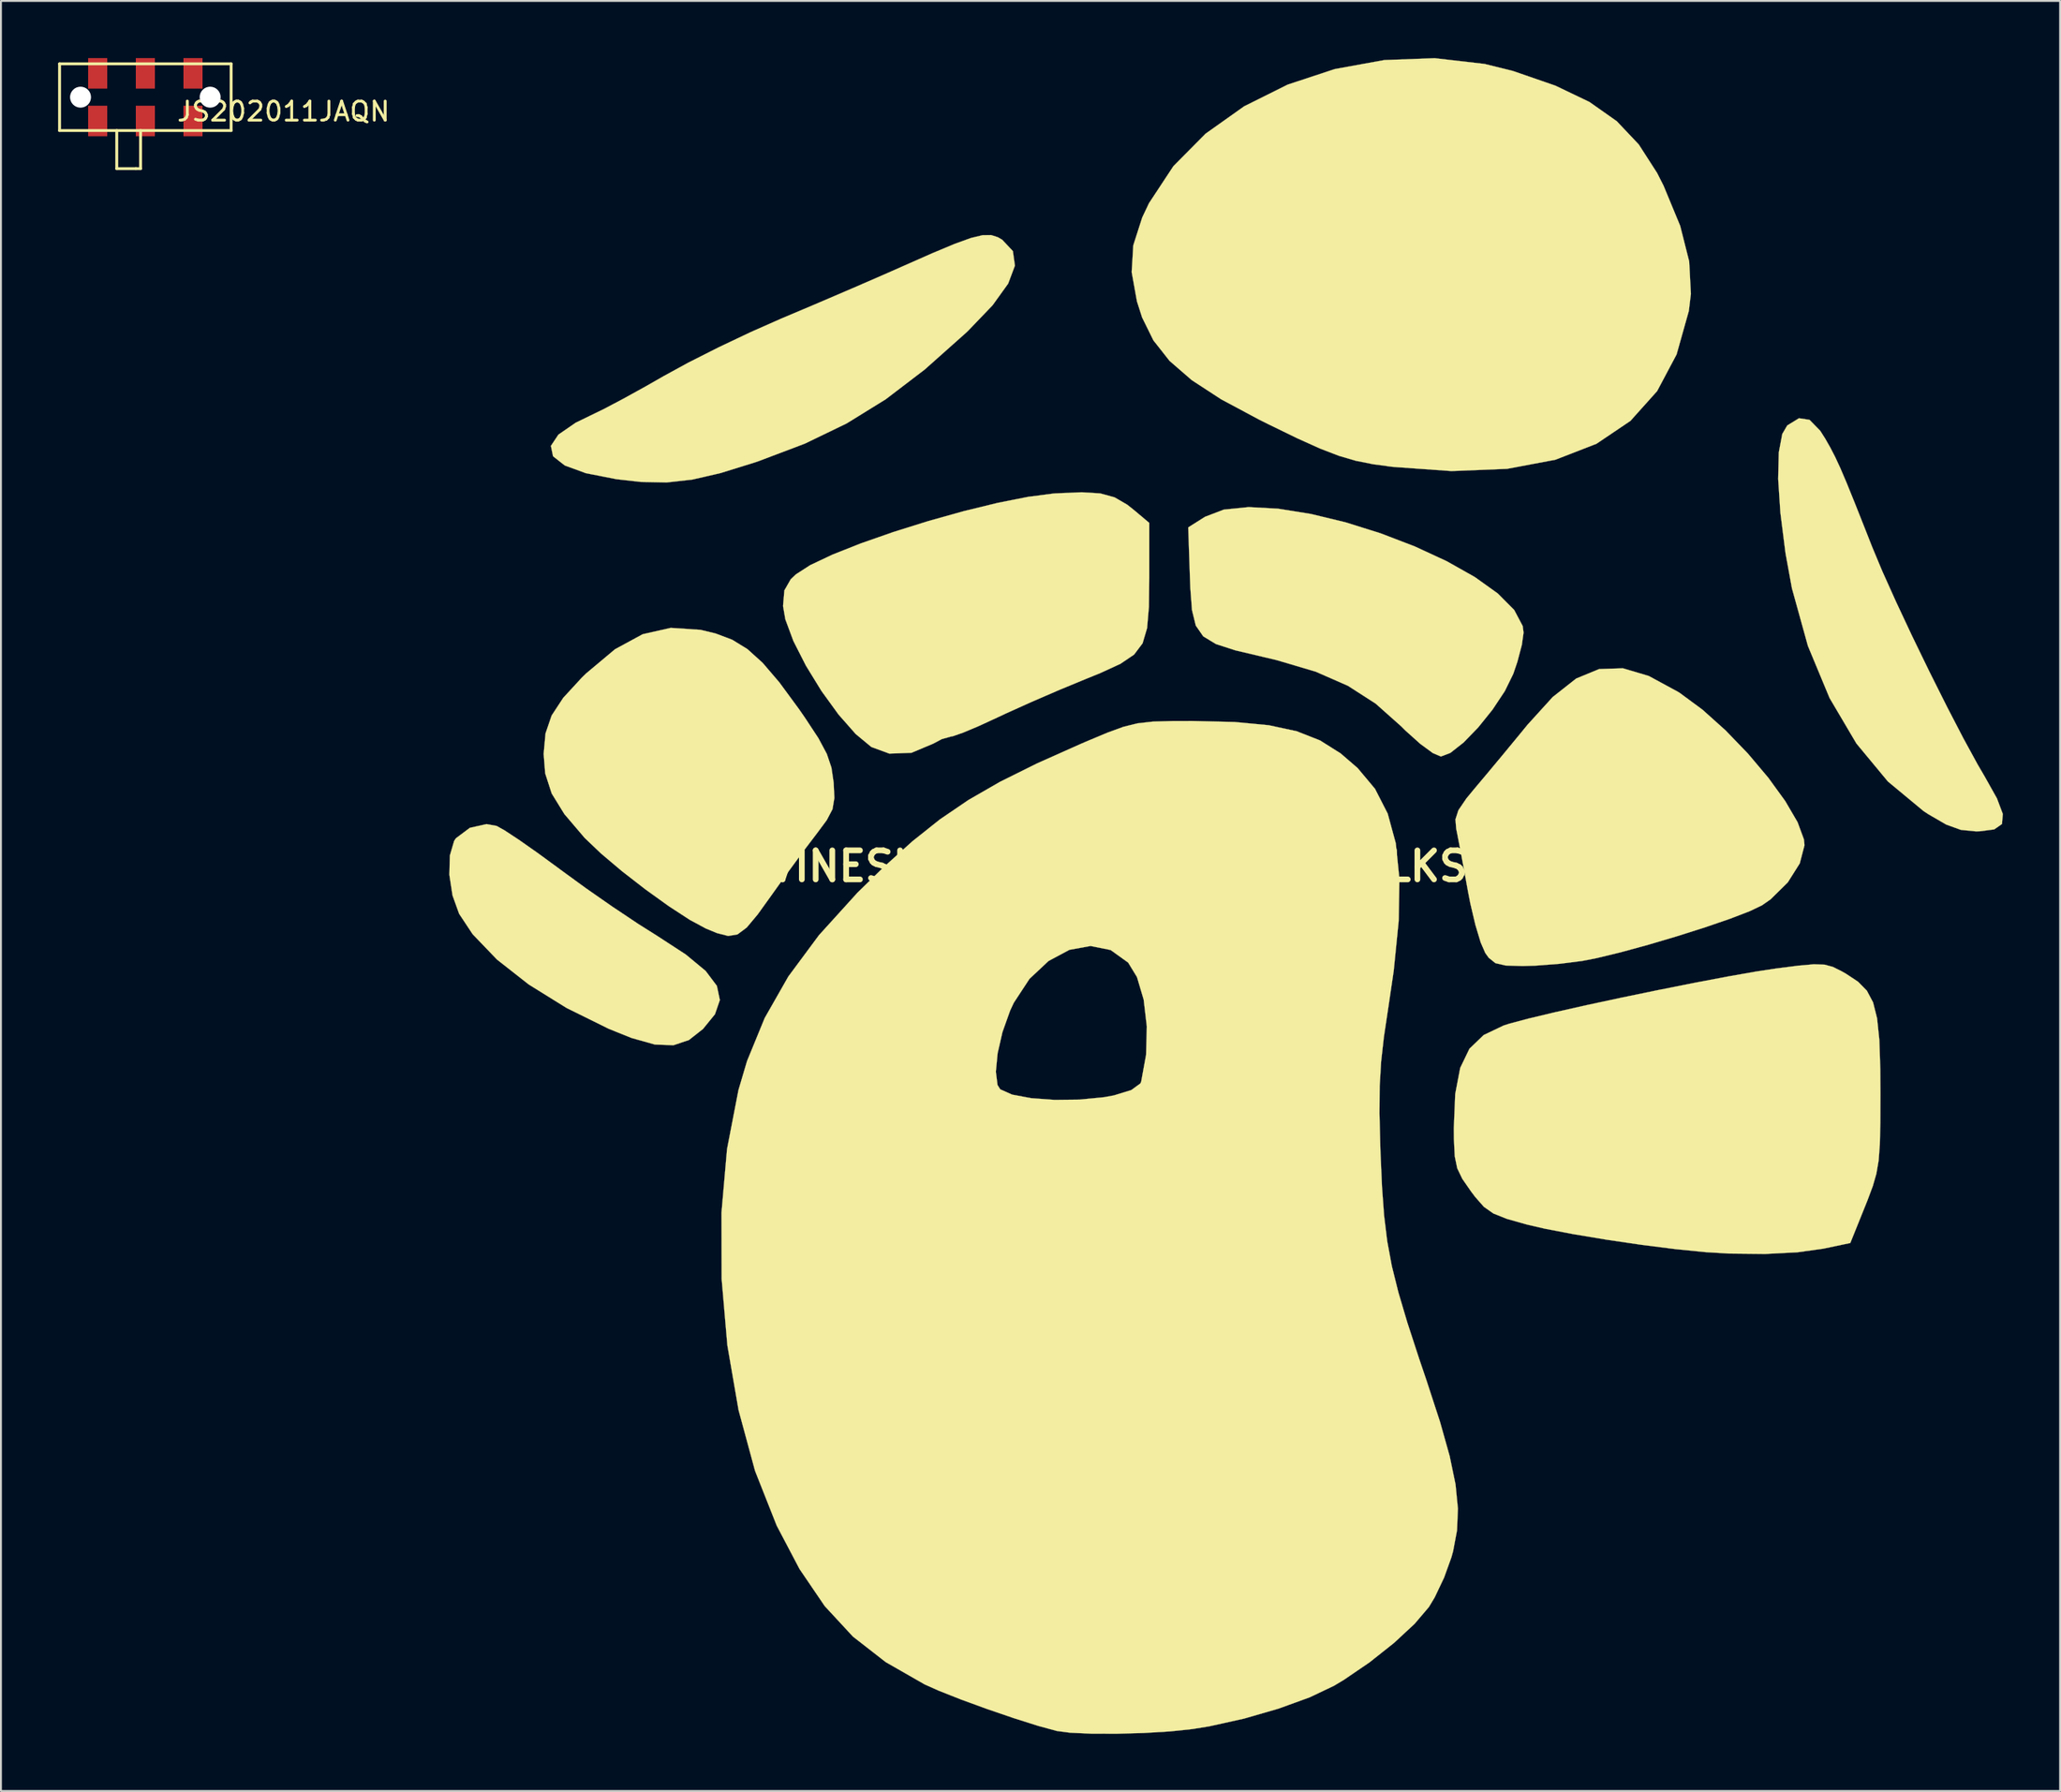
<source format=kicad_pcb>
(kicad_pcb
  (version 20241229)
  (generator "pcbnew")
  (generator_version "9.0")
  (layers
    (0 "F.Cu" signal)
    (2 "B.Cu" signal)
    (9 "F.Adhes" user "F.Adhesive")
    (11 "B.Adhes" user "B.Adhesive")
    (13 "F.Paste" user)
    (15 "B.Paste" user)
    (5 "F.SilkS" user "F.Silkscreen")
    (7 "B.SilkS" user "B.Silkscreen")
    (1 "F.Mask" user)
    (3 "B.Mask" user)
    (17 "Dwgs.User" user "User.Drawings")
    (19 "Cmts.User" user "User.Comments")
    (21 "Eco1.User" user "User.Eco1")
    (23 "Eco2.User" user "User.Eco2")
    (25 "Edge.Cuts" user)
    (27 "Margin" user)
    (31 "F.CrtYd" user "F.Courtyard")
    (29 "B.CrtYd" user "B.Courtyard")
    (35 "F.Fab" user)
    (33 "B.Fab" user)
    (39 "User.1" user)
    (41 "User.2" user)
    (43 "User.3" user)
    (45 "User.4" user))
  (footprint "VINESHROOM_CORRUPTED_SILKSCREEN"
    (layer "F.Cu")
    (at 59.338 42.412)
    (property "Reference" "VINESHROOM_CORRUPTED_SILKSCREEN" (at 0 0 0) (layer "F.SilkS") (effects (font (size 1.524 1.524) (thickness 0.3))))
    (attr through_hole)
    (fp_poly (pts (xy -36.332 -2.117) (xy -35.907 -1.878) (xy -35.165 -1.389) (xy -34.206 -0.716) (xy -33.128 0.071) (xy -32.961 0.196) (xy -31.656 1.147) (xy -30.24 2.134) (xy -28.895 3.032) (xy -27.93 3.64) (xy -26.411 4.629) (xy -25.367 5.493) (xy -24.778 6.276) (xy -24.622 7.019) (xy -24.878 7.765) (xy -25.505 8.536) (xy -26.244 9.118) (xy -27.054 9.391) (xy -28.027 9.356) (xy -29.256 9.011) (xy -30.441 8.534) (xy -32.666 7.435) (xy -34.647 6.204) (xy -36.313 4.896) (xy -37.59 3.566) (xy -38.3 2.494) (xy -38.647 1.53) (xy -38.812 0.449) (xy -38.786 -0.565) (xy -38.562 -1.331) (xy -38.468 -1.47) (xy -37.739 -2.017) (xy -36.867 -2.212) (xy -36.332 -2.117)) (stroke (width 0.01) (type solid)) (fill yes) (layer "F.SilkS"))
    (fp_poly (pts (xy 4.668 -18.765) (xy 6.388 -18.489) (xy 8.206 -18.05) (xy 10.047 -17.472) (xy 11.84 -16.784) (xy 13.51 -16.011) (xy 14.984 -15.18) (xy 16.189 -14.318) (xy 17.051 -13.452) (xy 17.498 -12.608) (xy 17.544 -12.263) (xy 17.453 -11.616) (xy 17.217 -10.724) (xy 17.004 -10.098) (xy 16.561 -9.194) (xy 15.916 -8.222) (xy 15.163 -7.286) (xy 14.395 -6.494) (xy 13.704 -5.95) (xy 13.206 -5.761) (xy 12.783 -5.941) (xy 12.124 -6.425) (xy 11.344 -7.124) (xy 11.121 -7.346) (xy 9.784 -8.536) (xy 8.33 -9.471) (xy 6.637 -10.213) (xy 4.581 -10.822) (xy 3.866 -10.991) (xy 2.417 -11.334) (xy 1.401 -11.664) (xy 0.738 -12.067) (xy 0.348 -12.631) (xy 0.149 -13.443) (xy 0.062 -14.591) (xy 0.041 -15.153) (xy -0.048 -17.784) (xy 0.827 -18.338) (xy 1.814 -18.716) (xy 3.119 -18.849) (xy 4.668 -18.765)) (stroke (width 0.01) (type solid)) (fill yes) (layer "F.SilkS"))
    (fp_poly (pts (xy 32.548 -23.428) (xy 33.104 -22.859) (xy 33.365 -22.449) (xy 33.637 -21.972) (xy 33.89 -21.482) (xy 34.163 -20.894) (xy 34.492 -20.123) (xy 34.914 -19.081) (xy 35.468 -17.684) (xy 35.832 -16.759) (xy 36.37 -15.471) (xy 37.091 -13.868) (xy 37.934 -12.071) (xy 38.842 -10.201) (xy 39.755 -8.378) (xy 40.613 -6.723) (xy 41.359 -5.356) (xy 41.726 -4.727) (xy 42.379 -3.562) (xy 42.687 -2.744) (xy 42.643 -2.219) (xy 42.236 -1.935) (xy 41.459 -1.835) (xy 41.263 -1.833) (xy 40.489 -1.91) (xy 39.72 -2.187) (xy 38.779 -2.733) (xy 38.531 -2.896) (xy 36.658 -4.45) (xy 35.006 -6.444) (xy 33.599 -8.829) (xy 32.463 -11.561) (xy 31.623 -14.592) (xy 31.287 -16.431) (xy 31.019 -18.55) (xy 30.902 -20.327) (xy 30.935 -21.72) (xy 31.117 -22.687) (xy 31.378 -23.134) (xy 31.993 -23.512) (xy 32.548 -23.428)) (stroke (width 0.01) (type solid)) (fill yes) (layer "F.SilkS"))
    (fp_poly (pts (xy 15.503 -42.105) (xy 16.983 -41.738) (xy 19.212 -40.967) (xy 21.001 -40.11) (xy 22.432 -39.102) (xy 23.587 -37.881) (xy 24.55 -36.384) (xy 24.889 -35.714) (xy 25.761 -33.608) (xy 26.233 -31.742) (xy 26.322 -30.039) (xy 26.214 -29.143) (xy 25.571 -26.859) (xy 24.55 -24.936) (xy 23.15 -23.374) (xy 21.371 -22.174) (xy 19.213 -21.335) (xy 16.676 -20.858) (xy 13.76 -20.741) (xy 10.676 -20.961) (xy 9.65 -21.099) (xy 8.748 -21.279) (xy 7.858 -21.54) (xy 6.871 -21.92) (xy 5.675 -22.459) (xy 4.159 -23.197) (xy 3.666 -23.443) (xy 1.677 -24.508) (xy 0.133 -25.515) (xy -1.03 -26.525) (xy -1.876 -27.6) (xy -2.469 -28.803) (xy -2.738 -29.641) (xy -3.015 -31.18) (xy -2.931 -32.588) (xy -2.463 -34.048) (xy -2.108 -34.797) (xy -0.825 -36.744) (xy 0.862 -38.447) (xy 2.884 -39.882) (xy 5.168 -41.021) (xy 7.643 -41.838) (xy 10.238 -42.309) (xy 12.882 -42.407) (xy 15.503 -42.105)) (stroke (width 0.01) (type solid)) (fill yes) (layer "F.SilkS"))
    (fp_poly (pts (xy -10.032 -33.01) (xy -9.81 -32.88) (xy -9.249 -32.285) (xy -9.142 -31.522) (xy -9.496 -30.578) (xy -10.315 -29.44) (xy -11.604 -28.096) (xy -11.702 -28.003) (xy -13.873 -26.07) (xy -15.918 -24.509) (xy -17.97 -23.24) (xy -20.164 -22.18) (xy -22.631 -21.246) (xy -22.781 -21.196) (xy -24.579 -20.637) (xy -26.069 -20.293) (xy -27.412 -20.144) (xy -28.768 -20.17) (xy -30.046 -20.314) (xy -31.647 -20.628) (xy -32.757 -21.034) (xy -33.373 -21.517) (xy -33.486 -22.061) (xy -33.091 -22.654) (xy -32.183 -23.279) (xy -31.428 -23.646) (xy -30.714 -23.993) (xy -29.698 -24.529) (xy -28.527 -25.176) (xy -27.571 -25.722) (xy -26.279 -26.429) (xy -24.693 -27.231) (xy -23.005 -28.032) (xy -21.41 -28.738) (xy -21.287 -28.79) (xy -19.721 -29.452) (xy -18.051 -30.167) (xy -16.466 -30.853) (xy -15.156 -31.429) (xy -15.038 -31.482) (xy -13.47 -32.175) (xy -12.298 -32.665) (xy -11.445 -32.973) (xy -10.835 -33.119) (xy -10.389 -33.125) (xy -10.032 -33.01)) (stroke (width 0.01) (type solid)) (fill yes) (layer "F.SilkS"))
    (fp_poly (pts (xy -25.641 -12.409) (xy -24.849 -12.218) (xy -23.976 -11.889) (xy -23.177 -11.398) (xy -22.377 -10.676) (xy -21.501 -9.651) (xy -20.474 -8.253) (xy -20.158 -7.797) (xy -19.452 -6.723) (xy -19.011 -5.9) (xy -18.767 -5.177) (xy -18.653 -4.399) (xy -18.652 -4.386) (xy -18.614 -3.581) (xy -18.712 -2.995) (xy -19.015 -2.419) (xy -19.553 -1.695) (xy -20.215 -0.824) (xy -21.011 0.259) (xy -21.782 1.335) (xy -21.856 1.44) (xy -22.631 2.519) (xy -23.211 3.214) (xy -23.697 3.576) (xy -24.184 3.657) (xy -24.772 3.507) (xy -25.352 3.268) (xy -26.198 2.812) (xy -27.3 2.094) (xy -28.53 1.21) (xy -29.759 0.256) (xy -30.86 -0.674) (xy -31.707 -1.482) (xy -31.728 -1.505) (xy -32.778 -2.738) (xy -33.444 -3.82) (xy -33.785 -4.875) (xy -33.866 -5.899) (xy -33.767 -6.974) (xy -33.448 -7.91) (xy -32.838 -8.84) (xy -31.868 -9.895) (xy -31.639 -10.119) (xy -30.123 -11.389) (xy -28.67 -12.178) (xy -27.201 -12.51) (xy -25.641 -12.409)) (stroke (width 0.01) (type solid)) (fill yes) (layer "F.SilkS"))
    (fp_poly (pts (xy -4.668 -19.568) (xy -3.913 -19.361) (xy -3.25 -18.976) (xy -2.901 -18.699) (xy -2.095 -18.021) (xy -2.095 -15.151) (xy -2.112 -13.617) (xy -2.207 -12.502) (xy -2.444 -11.701) (xy -2.89 -11.109) (xy -3.609 -10.623) (xy -4.666 -10.138) (xy -5.411 -9.835) (xy -6.789 -9.265) (xy -8.27 -8.625) (xy -9.61 -8.021) (xy -10.068 -7.806) (xy -11.044 -7.356) (xy -11.863 -7.012) (xy -12.396 -6.826) (xy -12.499 -6.808) (xy -12.975 -6.675) (xy -13.429 -6.435) (xy -14.568 -5.956) (xy -15.728 -5.913) (xy -16.672 -6.259) (xy -17.496 -6.942) (xy -18.394 -7.962) (xy -19.288 -9.196) (xy -20.103 -10.523) (xy -20.762 -11.818) (xy -21.186 -12.96) (xy -21.306 -13.658) (xy -21.236 -14.479) (xy -20.903 -15.061) (xy -20.631 -15.32) (xy -19.88 -15.804) (xy -18.712 -16.356) (xy -17.225 -16.945) (xy -15.519 -17.542) (xy -13.69 -18.115) (xy -11.836 -18.634) (xy -10.055 -19.069) (xy -8.446 -19.388) (xy -7.106 -19.562) (xy -7.022 -19.568) (xy -5.657 -19.627) (xy -4.668 -19.568)) (stroke (width 0.01) (type solid)) (fill yes) (layer "F.SilkS"))
    (fp_poly (pts (xy 24.112 -9.987) (xy 25.645 -9.155) (xy 25.752 -9.087) (xy 26.932 -8.216) (xy 28.143 -7.129) (xy 29.316 -5.912) (xy 30.382 -4.648) (xy 31.272 -3.421) (xy 31.919 -2.314) (xy 32.252 -1.412) (xy 32.283 -1.106) (xy 32.034 -0.151) (xy 31.405 0.846) (xy 30.505 1.733) (xy 30.054 2.048) (xy 29.408 2.357) (xy 28.37 2.756) (xy 27.056 3.207) (xy 25.583 3.675) (xy 24.067 4.124) (xy 22.624 4.518) (xy 21.372 4.821) (xy 20.619 4.968) (xy 19.426 5.119) (xy 18.151 5.216) (xy 17.485 5.235) (xy 16.6 5.208) (xy 16.068 5.084) (xy 15.718 4.804) (xy 15.536 4.552) (xy 15.294 3.997) (xy 15.018 3.08) (xy 14.752 1.954) (xy 14.633 1.344) (xy 14.417 0.159) (xy 14.216 -0.914) (xy 14.062 -1.714) (xy 14.011 -1.964) (xy 13.97 -2.46) (xy 14.126 -2.943) (xy 14.545 -3.559) (xy 14.974 -4.079) (xy 15.665 -4.901) (xy 16.536 -5.948) (xy 17.434 -7.038) (xy 17.751 -7.426) (xy 19.072 -8.881) (xy 20.302 -9.851) (xy 21.507 -10.349) (xy 22.755 -10.39) (xy 24.112 -9.987)) (stroke (width 0.01) (type solid)) (fill yes) (layer "F.SilkS"))
    (fp_poly (pts (xy 33.331 5.163) (xy 33.774 5.282) (xy 34.234 5.512) (xy 34.464 5.643) (xy 35.09 6.058) (xy 35.555 6.53) (xy 35.88 7.143) (xy 36.09 7.977) (xy 36.209 9.116) (xy 36.259 10.641) (xy 36.267 11.914) (xy 36.262 13.452) (xy 36.235 14.586) (xy 36.172 15.439) (xy 36.054 16.131) (xy 35.867 16.782) (xy 35.593 17.515) (xy 35.477 17.806) (xy 34.686 19.77) (xy 33.251 20.072) (xy 31.903 20.259) (xy 30.214 20.346) (xy 28.359 20.326) (xy 27.102 20.251) (xy 25.53 20.094) (xy 23.747 19.868) (xy 21.907 19.598) (xy 20.16 19.307) (xy 18.658 19.019) (xy 17.718 18.801) (xy 16.664 18.503) (xy 15.964 18.224) (xy 15.463 17.872) (xy 15.004 17.351) (xy 14.779 17.051) (xy 14.33 16.402) (xy 14.065 15.851) (xy 13.934 15.22) (xy 13.89 14.33) (xy 13.885 13.746) (xy 13.959 11.948) (xy 14.22 10.581) (xy 14.705 9.575) (xy 15.451 8.857) (xy 16.497 8.357) (xy 16.787 8.264) (xy 17.777 7.999) (xy 19.17 7.666) (xy 20.855 7.287) (xy 22.721 6.886) (xy 24.654 6.487) (xy 26.544 6.111) (xy 28.279 5.782) (xy 29.747 5.524) (xy 30.765 5.369) (xy 31.961 5.216) (xy 32.771 5.144) (xy 33.331 5.163)) (stroke (width 0.01) (type solid)) (fill yes) (layer "F.SilkS"))
    (fp_poly (pts (xy 2.382 -7.571) (xy 4.178 -7.401) (xy 5.643 -7.086) (xy 6.87 -6.602) (xy 7.951 -5.92) (xy 8.84 -5.152) (xy 9.751 -4.063) (xy 10.416 -2.763) (xy 10.84 -1.206) (xy 11.03 0.657) (xy 10.992 2.873) (xy 10.731 5.489) (xy 10.445 7.43) (xy 10.217 8.947) (xy 10.07 10.258) (xy 9.995 11.538) (xy 9.984 12.96) (xy 10.027 14.698) (xy 10.039 15.057) (xy 10.117 16.828) (xy 10.226 18.327) (xy 10.39 19.672) (xy 10.632 20.979) (xy 10.977 22.365) (xy 11.446 23.947) (xy 12.065 25.842) (xy 12.447 26.969) (xy 13.16 29.153) (xy 13.665 30.947) (xy 13.974 32.437) (xy 14.099 33.709) (xy 14.053 34.849) (xy 13.848 35.942) (xy 13.759 36.265) (xy 13.376 37.326) (xy 12.882 38.367) (xy 12.578 38.873) (xy 11.827 39.756) (xy 10.742 40.763) (xy 9.457 41.782) (xy 8.107 42.702) (xy 7.594 43.009) (xy 6.317 43.616) (xy 4.687 44.207) (xy 2.877 44.731) (xy 1.055 45.135) (xy 0.167 45.279) (xy -1.002 45.402) (xy -2.375 45.484) (xy -3.805 45.524) (xy -5.146 45.52) (xy -6.251 45.47) (xy -6.939 45.38) (xy -7.928 45.11) (xy -9.205 44.705) (xy -10.61 44.224) (xy -11.979 43.724) (xy -13.148 43.261) (xy -13.878 42.935) (xy -15.92 41.765) (xy -17.639 40.426) (xy -19.118 38.827) (xy -20.441 36.88) (xy -21.639 34.602) (xy -22.775 31.73) (xy -23.64 28.54) (xy -24.227 25.143) (xy -24.528 21.652) (xy -24.536 18.181) (xy -24.244 14.84) (xy -23.645 11.743) (xy -23.361 10.783) (xy -10.142 10.783) (xy -10.055 11.477) (xy -9.912 11.706) (xy -9.291 11.983) (xy -8.295 12.17) (xy -7.064 12.26) (xy -5.739 12.245) (xy -4.461 12.119) (xy -3.952 12.026) (xy -3.035 11.744) (xy -2.56 11.398) (xy -2.518 11.306) (xy -2.26 9.894) (xy -2.221 8.41) (xy -2.386 7.001) (xy -2.738 5.813) (xy -3.201 5.055) (xy -4.118 4.396) (xy -5.171 4.183) (xy -6.284 4.385) (xy -7.378 4.971) (xy -8.377 5.908) (xy -9.203 7.167) (xy -9.393 7.574) (xy -9.795 8.702) (xy -10.05 9.815) (xy -10.142 10.783) (xy -23.361 10.783) (xy -23.196 10.225) (xy -22.269 7.964) (xy -21.028 5.785) (xy -19.422 3.617) (xy -17.402 1.387) (xy -16.022 0.04) (xy -14.522 -1.309) (xy -13.077 -2.46) (xy -11.578 -3.48) (xy -9.915 -4.437) (xy -7.979 -5.399) (xy -5.661 -6.434) (xy -5.419 -6.538) (xy -4.301 -7.007) (xy -3.453 -7.317) (xy -2.708 -7.502) (xy -1.898 -7.592) (xy -0.856 -7.622) (xy 0.162 -7.624) (xy 2.382 -7.571)) (stroke (width 0.01) (type solid)) (fill yes) (layer "F.SilkS")))
  (footprint "JS202011JAQN"
    (layer "F.Cu")
    (at 4.575 2.05)
    (property "Reference" "JS202011JAQN" (at 7.25 0.75 0) (layer "F.SilkS") (effects (font (size 1 1) (thickness 0.15))))
    (attr through_hole)
    (fp_line (start -4.5 -1.75) (end -4.5 1.75) (stroke (width 0.15) (type solid)) (layer "F.SilkS"))
    (fp_line (start -4.5 1.75) (end 4.5 1.75) (stroke (width 0.15) (type solid)) (layer "F.SilkS"))
    (fp_line (start -1.5 1.75) (end -1.5 3.75) (stroke (width 0.15) (type solid)) (layer "F.SilkS"))
    (fp_line (start -1.5 3.75) (end -0.5 3.75) (stroke (width 0.15) (type solid)) (layer "F.SilkS"))
    (fp_line (start -0.5 3.75) (end -0.25 3.75) (stroke (width 0.15) (type solid)) (layer "F.SilkS"))
    (fp_line (start -0.25 3.75) (end -0.25 1.75) (stroke (width 0.15) (type solid)) (layer "F.SilkS"))
    (fp_line (start 4.5 -1.75) (end -4.5 -1.75) (stroke (width 0.15) (type solid)) (layer "F.SilkS"))
    (fp_line (start 4.5 1.75) (end 4.5 -1.75) (stroke (width 0.15) (type solid)) (layer "F.SilkS"))
    (pad "" np_thru_hole circle (at -3.4 0) (size 1.1 1.1) (drill 1.1) (layers "*.Cu" "*.Mask"))
    (pad "" np_thru_hole circle (at 3.4 0) (size 1.1 1.1) (drill 1.1) (layers "*.Cu" "*.Mask"))
    (pad "1" smd rect (at -2.5 -1.25) (size 1 1.6) (layers "F.Cu" "F.Mask" "F.Paste"))
    (pad "2" smd rect (at 0 -1.25) (size 1 1.6) (layers "F.Cu" "F.Mask" "F.Paste"))
    (pad "3" smd rect (at 2.5 -1.25) (size 1 1.6) (layers "F.Cu" "F.Mask" "F.Paste"))
    (pad "4" smd rect (at 2.5 1.25) (size 1 1.6) (layers "F.Cu" "F.Mask" "F.Paste"))
    (pad "5" smd rect (at 0 1.25) (size 1 1.6) (layers "F.Cu" "F.Mask" "F.Paste"))
    (pad "6" smd rect (at -2.5 1.25) (size 1 1.6) (layers "F.Cu" "F.Mask" "F.Paste")))
  (gr_rect
    (start -3 -3)
    (end 105.03 90.941)
    (stroke (width 0.1) (type default))
    (fill no)
    (layer "Edge.Cuts")))
</source>
